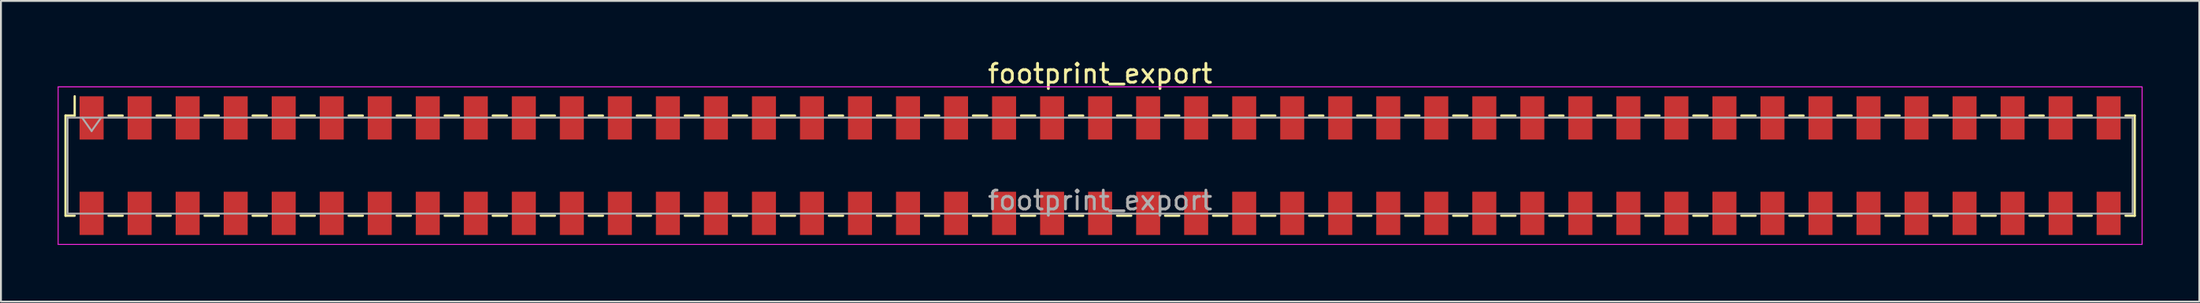
<source format=kicad_pcb>
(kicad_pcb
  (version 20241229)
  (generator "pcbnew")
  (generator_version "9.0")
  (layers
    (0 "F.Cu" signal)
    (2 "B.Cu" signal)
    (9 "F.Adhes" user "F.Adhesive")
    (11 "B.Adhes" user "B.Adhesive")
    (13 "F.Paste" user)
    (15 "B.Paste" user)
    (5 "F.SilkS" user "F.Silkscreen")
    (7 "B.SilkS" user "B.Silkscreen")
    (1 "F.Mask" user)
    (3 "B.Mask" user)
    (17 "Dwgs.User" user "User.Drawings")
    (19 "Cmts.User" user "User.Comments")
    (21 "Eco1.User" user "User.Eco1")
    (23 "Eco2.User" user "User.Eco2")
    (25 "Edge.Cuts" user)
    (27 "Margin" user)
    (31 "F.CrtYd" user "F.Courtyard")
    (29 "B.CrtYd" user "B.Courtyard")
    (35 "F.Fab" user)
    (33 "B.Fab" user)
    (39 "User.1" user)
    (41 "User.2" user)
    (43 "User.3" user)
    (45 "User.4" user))
  (footprint "footprint_export"
    (layer "F.Cu")
    (at 55.135 5.718)
    (property "Reference" "footprint_export" (at 0 -4.87 0) (layer "F.SilkS") (effects (font (size 1 1) (thickness 0.15))))
    (attr smd)
    (fp_line (start -54.72 -2.65) (end -54.72 2.65) (stroke (width 0.12) (type solid)) (layer "F.SilkS"))
    (fp_line (start -54.72 2.65) (end -54.235 2.65) (stroke (width 0.12) (type solid)) (layer "F.SilkS"))
    (fp_line (start -54.235 -3.67) (end -54.235 -2.65) (stroke (width 0.12) (type solid)) (layer "F.SilkS"))
    (fp_line (start -54.235 -2.65) (end -54.72 -2.65) (stroke (width 0.12) (type solid)) (layer "F.SilkS"))
    (fp_line (start -52.445 -2.65) (end -51.695 -2.65) (stroke (width 0.12) (type solid)) (layer "F.SilkS"))
    (fp_line (start -52.445 2.65) (end -51.695 2.65) (stroke (width 0.12) (type solid)) (layer "F.SilkS"))
    (fp_line (start -49.905 -2.65) (end -49.155 -2.65) (stroke (width 0.12) (type solid)) (layer "F.SilkS"))
    (fp_line (start -49.905 2.65) (end -49.155 2.65) (stroke (width 0.12) (type solid)) (layer "F.SilkS"))
    (fp_line (start -47.365 -2.65) (end -46.615 -2.65) (stroke (width 0.12) (type solid)) (layer "F.SilkS"))
    (fp_line (start -47.365 2.65) (end -46.615 2.65) (stroke (width 0.12) (type solid)) (layer "F.SilkS"))
    (fp_line (start -44.825 -2.65) (end -44.075 -2.65) (stroke (width 0.12) (type solid)) (layer "F.SilkS"))
    (fp_line (start -44.825 2.65) (end -44.075 2.65) (stroke (width 0.12) (type solid)) (layer "F.SilkS"))
    (fp_line (start -42.285 -2.65) (end -41.535 -2.65) (stroke (width 0.12) (type solid)) (layer "F.SilkS"))
    (fp_line (start -42.285 2.65) (end -41.535 2.65) (stroke (width 0.12) (type solid)) (layer "F.SilkS"))
    (fp_line (start -39.745 -2.65) (end -38.995 -2.65) (stroke (width 0.12) (type solid)) (layer "F.SilkS"))
    (fp_line (start -39.745 2.65) (end -38.995 2.65) (stroke (width 0.12) (type solid)) (layer "F.SilkS"))
    (fp_line (start -37.205 -2.65) (end -36.455 -2.65) (stroke (width 0.12) (type solid)) (layer "F.SilkS"))
    (fp_line (start -37.205 2.65) (end -36.455 2.65) (stroke (width 0.12) (type solid)) (layer "F.SilkS"))
    (fp_line (start -34.665 -2.65) (end -33.915 -2.65) (stroke (width 0.12) (type solid)) (layer "F.SilkS"))
    (fp_line (start -34.665 2.65) (end -33.915 2.65) (stroke (width 0.12) (type solid)) (layer "F.SilkS"))
    (fp_line (start -32.125 -2.65) (end -31.375 -2.65) (stroke (width 0.12) (type solid)) (layer "F.SilkS"))
    (fp_line (start -32.125 2.65) (end -31.375 2.65) (stroke (width 0.12) (type solid)) (layer "F.SilkS"))
    (fp_line (start -29.585 -2.65) (end -28.835 -2.65) (stroke (width 0.12) (type solid)) (layer "F.SilkS"))
    (fp_line (start -29.585 2.65) (end -28.835 2.65) (stroke (width 0.12) (type solid)) (layer "F.SilkS"))
    (fp_line (start -27.045 -2.65) (end -26.295 -2.65) (stroke (width 0.12) (type solid)) (layer "F.SilkS"))
    (fp_line (start -27.045 2.65) (end -26.295 2.65) (stroke (width 0.12) (type solid)) (layer "F.SilkS"))
    (fp_line (start -24.505 -2.65) (end -23.755 -2.65) (stroke (width 0.12) (type solid)) (layer "F.SilkS"))
    (fp_line (start -24.505 2.65) (end -23.755 2.65) (stroke (width 0.12) (type solid)) (layer "F.SilkS"))
    (fp_line (start -21.965 -2.65) (end -21.215 -2.65) (stroke (width 0.12) (type solid)) (layer "F.SilkS"))
    (fp_line (start -21.965 2.65) (end -21.215 2.65) (stroke (width 0.12) (type solid)) (layer "F.SilkS"))
    (fp_line (start -19.425 -2.65) (end -18.675 -2.65) (stroke (width 0.12) (type solid)) (layer "F.SilkS"))
    (fp_line (start -19.425 2.65) (end -18.675 2.65) (stroke (width 0.12) (type solid)) (layer "F.SilkS"))
    (fp_line (start -16.885 -2.65) (end -16.135 -2.65) (stroke (width 0.12) (type solid)) (layer "F.SilkS"))
    (fp_line (start -16.885 2.65) (end -16.135 2.65) (stroke (width 0.12) (type solid)) (layer "F.SilkS"))
    (fp_line (start -14.345 -2.65) (end -13.595 -2.65) (stroke (width 0.12) (type solid)) (layer "F.SilkS"))
    (fp_line (start -14.345 2.65) (end -13.595 2.65) (stroke (width 0.12) (type solid)) (layer "F.SilkS"))
    (fp_line (start -11.805 -2.65) (end -11.055 -2.65) (stroke (width 0.12) (type solid)) (layer "F.SilkS"))
    (fp_line (start -11.805 2.65) (end -11.055 2.65) (stroke (width 0.12) (type solid)) (layer "F.SilkS"))
    (fp_line (start -9.265 -2.65) (end -8.515 -2.65) (stroke (width 0.12) (type solid)) (layer "F.SilkS"))
    (fp_line (start -9.265 2.65) (end -8.515 2.65) (stroke (width 0.12) (type solid)) (layer "F.SilkS"))
    (fp_line (start -6.725 -2.65) (end -5.975 -2.65) (stroke (width 0.12) (type solid)) (layer "F.SilkS"))
    (fp_line (start -6.725 2.65) (end -5.975 2.65) (stroke (width 0.12) (type solid)) (layer "F.SilkS"))
    (fp_line (start -4.185 -2.65) (end -3.435 -2.65) (stroke (width 0.12) (type solid)) (layer "F.SilkS"))
    (fp_line (start -4.185 2.65) (end -3.435 2.65) (stroke (width 0.12) (type solid)) (layer "F.SilkS"))
    (fp_line (start -1.645 -2.65) (end -0.895 -2.65) (stroke (width 0.12) (type solid)) (layer "F.SilkS"))
    (fp_line (start -1.645 2.65) (end -0.895 2.65) (stroke (width 0.12) (type solid)) (layer "F.SilkS"))
    (fp_line (start 0.895 -2.65) (end 1.645 -2.65) (stroke (width 0.12) (type solid)) (layer "F.SilkS"))
    (fp_line (start 0.895 2.65) (end 1.645 2.65) (stroke (width 0.12) (type solid)) (layer "F.SilkS"))
    (fp_line (start 3.435 -2.65) (end 4.185 -2.65) (stroke (width 0.12) (type solid)) (layer "F.SilkS"))
    (fp_line (start 3.435 2.65) (end 4.185 2.65) (stroke (width 0.12) (type solid)) (layer "F.SilkS"))
    (fp_line (start 5.975 -2.65) (end 6.725 -2.65) (stroke (width 0.12) (type solid)) (layer "F.SilkS"))
    (fp_line (start 5.975 2.65) (end 6.725 2.65) (stroke (width 0.12) (type solid)) (layer "F.SilkS"))
    (fp_line (start 8.515 -2.65) (end 9.265 -2.65) (stroke (width 0.12) (type solid)) (layer "F.SilkS"))
    (fp_line (start 8.515 2.65) (end 9.265 2.65) (stroke (width 0.12) (type solid)) (layer "F.SilkS"))
    (fp_line (start 11.055 -2.65) (end 11.805 -2.65) (stroke (width 0.12) (type solid)) (layer "F.SilkS"))
    (fp_line (start 11.055 2.65) (end 11.805 2.65) (stroke (width 0.12) (type solid)) (layer "F.SilkS"))
    (fp_line (start 13.595 -2.65) (end 14.345 -2.65) (stroke (width 0.12) (type solid)) (layer "F.SilkS"))
    (fp_line (start 13.595 2.65) (end 14.345 2.65) (stroke (width 0.12) (type solid)) (layer "F.SilkS"))
    (fp_line (start 16.135 -2.65) (end 16.885 -2.65) (stroke (width 0.12) (type solid)) (layer "F.SilkS"))
    (fp_line (start 16.135 2.65) (end 16.885 2.65) (stroke (width 0.12) (type solid)) (layer "F.SilkS"))
    (fp_line (start 18.675 -2.65) (end 19.425 -2.65) (stroke (width 0.12) (type solid)) (layer "F.SilkS"))
    (fp_line (start 18.675 2.65) (end 19.425 2.65) (stroke (width 0.12) (type solid)) (layer "F.SilkS"))
    (fp_line (start 21.215 -2.65) (end 21.965 -2.65) (stroke (width 0.12) (type solid)) (layer "F.SilkS"))
    (fp_line (start 21.215 2.65) (end 21.965 2.65) (stroke (width 0.12) (type solid)) (layer "F.SilkS"))
    (fp_line (start 23.755 -2.65) (end 24.505 -2.65) (stroke (width 0.12) (type solid)) (layer "F.SilkS"))
    (fp_line (start 23.755 2.65) (end 24.505 2.65) (stroke (width 0.12) (type solid)) (layer "F.SilkS"))
    (fp_line (start 26.295 -2.65) (end 27.045 -2.65) (stroke (width 0.12) (type solid)) (layer "F.SilkS"))
    (fp_line (start 26.295 2.65) (end 27.045 2.65) (stroke (width 0.12) (type solid)) (layer "F.SilkS"))
    (fp_line (start 28.835 -2.65) (end 29.585 -2.65) (stroke (width 0.12) (type solid)) (layer "F.SilkS"))
    (fp_line (start 28.835 2.65) (end 29.585 2.65) (stroke (width 0.12) (type solid)) (layer "F.SilkS"))
    (fp_line (start 31.375 -2.65) (end 32.125 -2.65) (stroke (width 0.12) (type solid)) (layer "F.SilkS"))
    (fp_line (start 31.375 2.65) (end 32.125 2.65) (stroke (width 0.12) (type solid)) (layer "F.SilkS"))
    (fp_line (start 33.915 -2.65) (end 34.665 -2.65) (stroke (width 0.12) (type solid)) (layer "F.SilkS"))
    (fp_line (start 33.915 2.65) (end 34.665 2.65) (stroke (width 0.12) (type solid)) (layer "F.SilkS"))
    (fp_line (start 36.455 -2.65) (end 37.205 -2.65) (stroke (width 0.12) (type solid)) (layer "F.SilkS"))
    (fp_line (start 36.455 2.65) (end 37.205 2.65) (stroke (width 0.12) (type solid)) (layer "F.SilkS"))
    (fp_line (start 38.995 -2.65) (end 39.745 -2.65) (stroke (width 0.12) (type solid)) (layer "F.SilkS"))
    (fp_line (start 38.995 2.65) (end 39.745 2.65) (stroke (width 0.12) (type solid)) (layer "F.SilkS"))
    (fp_line (start 41.535 -2.65) (end 42.285 -2.65) (stroke (width 0.12) (type solid)) (layer "F.SilkS"))
    (fp_line (start 41.535 2.65) (end 42.285 2.65) (stroke (width 0.12) (type solid)) (layer "F.SilkS"))
    (fp_line (start 44.075 -2.65) (end 44.825 -2.65) (stroke (width 0.12) (type solid)) (layer "F.SilkS"))
    (fp_line (start 44.075 2.65) (end 44.825 2.65) (stroke (width 0.12) (type solid)) (layer "F.SilkS"))
    (fp_line (start 46.615 -2.65) (end 47.365 -2.65) (stroke (width 0.12) (type solid)) (layer "F.SilkS"))
    (fp_line (start 46.615 2.65) (end 47.365 2.65) (stroke (width 0.12) (type solid)) (layer "F.SilkS"))
    (fp_line (start 49.155 -2.65) (end 49.905 -2.65) (stroke (width 0.12) (type solid)) (layer "F.SilkS"))
    (fp_line (start 49.155 2.65) (end 49.905 2.65) (stroke (width 0.12) (type solid)) (layer "F.SilkS"))
    (fp_line (start 51.695 -2.65) (end 52.445 -2.65) (stroke (width 0.12) (type solid)) (layer "F.SilkS"))
    (fp_line (start 51.695 2.65) (end 52.445 2.65) (stroke (width 0.12) (type solid)) (layer "F.SilkS"))
    (fp_line (start 54.235 -2.65) (end 54.72 -2.65) (stroke (width 0.12) (type solid)) (layer "F.SilkS"))
    (fp_line (start 54.72 -2.65) (end 54.72 2.65) (stroke (width 0.12) (type solid)) (layer "F.SilkS"))
    (fp_line (start 54.72 2.65) (end 54.235 2.65) (stroke (width 0.12) (type solid)) (layer "F.SilkS"))
    (fp_line (start -55.11 -4.17) (end 55.11 -4.17) (stroke (width 0.05) (type solid)) (layer "F.CrtYd"))
    (fp_line (start -55.11 4.17) (end -55.11 -4.17) (stroke (width 0.05) (type solid)) (layer "F.CrtYd"))
    (fp_line (start 55.11 -4.17) (end 55.11 4.17) (stroke (width 0.05) (type solid)) (layer "F.CrtYd"))
    (fp_line (start 55.11 4.17) (end -55.11 4.17) (stroke (width 0.05) (type solid)) (layer "F.CrtYd"))
    (fp_line (start -54.61 -2.54) (end 54.61 -2.54) (stroke (width 0.1) (type solid)) (layer "F.Fab"))
    (fp_line (start -54.61 2.54) (end -54.61 -2.54) (stroke (width 0.1) (type solid)) (layer "F.Fab"))
    (fp_line (start -53.84 -2.54) (end -53.34 -1.833) (stroke (width 0.1) (type solid)) (layer "F.Fab"))
    (fp_line (start -53.34 -1.833) (end -52.84 -2.54) (stroke (width 0.1) (type solid)) (layer "F.Fab"))
    (fp_line (start 54.61 -2.54) (end 54.61 2.54) (stroke (width 0.1) (type solid)) (layer "F.Fab"))
    (fp_line (start 54.61 2.54) (end -54.61 2.54) (stroke (width 0.1) (type solid)) (layer "F.Fab"))
    (fp_text user "${REFERENCE}" (at 0 1.84 0) (layer "F.Fab") (effects (font (size 1 1) (thickness 0.15))))
    (pad "1" smd rect (at -53.34 -2.525) (size 1.27 2.29) (layers "F.Cu" "F.Mask" "F.Paste"))
    (pad "2" smd rect (at -53.34 2.525) (size 1.27 2.29) (layers "F.Cu" "F.Mask" "F.Paste"))
    (pad "3" smd rect (at -50.8 -2.525) (size 1.27 2.29) (layers "F.Cu" "F.Mask" "F.Paste"))
    (pad "4" smd rect (at -50.8 2.525) (size 1.27 2.29) (layers "F.Cu" "F.Mask" "F.Paste"))
    (pad "5" smd rect (at -48.26 -2.525) (size 1.27 2.29) (layers "F.Cu" "F.Mask" "F.Paste"))
    (pad "6" smd rect (at -48.26 2.525) (size 1.27 2.29) (layers "F.Cu" "F.Mask" "F.Paste"))
    (pad "7" smd rect (at -45.72 -2.525) (size 1.27 2.29) (layers "F.Cu" "F.Mask" "F.Paste"))
    (pad "8" smd rect (at -45.72 2.525) (size 1.27 2.29) (layers "F.Cu" "F.Mask" "F.Paste"))
    (pad "9" smd rect (at -43.18 -2.525) (size 1.27 2.29) (layers "F.Cu" "F.Mask" "F.Paste"))
    (pad "10" smd rect (at -43.18 2.525) (size 1.27 2.29) (layers "F.Cu" "F.Mask" "F.Paste"))
    (pad "11" smd rect (at -40.64 -2.525) (size 1.27 2.29) (layers "F.Cu" "F.Mask" "F.Paste"))
    (pad "12" smd rect (at -40.64 2.525) (size 1.27 2.29) (layers "F.Cu" "F.Mask" "F.Paste"))
    (pad "13" smd rect (at -38.1 -2.525) (size 1.27 2.29) (layers "F.Cu" "F.Mask" "F.Paste"))
    (pad "14" smd rect (at -38.1 2.525) (size 1.27 2.29) (layers "F.Cu" "F.Mask" "F.Paste"))
    (pad "15" smd rect (at -35.56 -2.525) (size 1.27 2.29) (layers "F.Cu" "F.Mask" "F.Paste"))
    (pad "16" smd rect (at -35.56 2.525) (size 1.27 2.29) (layers "F.Cu" "F.Mask" "F.Paste"))
    (pad "17" smd rect (at -33.02 -2.525) (size 1.27 2.29) (layers "F.Cu" "F.Mask" "F.Paste"))
    (pad "18" smd rect (at -33.02 2.525) (size 1.27 2.29) (layers "F.Cu" "F.Mask" "F.Paste"))
    (pad "19" smd rect (at -30.48 -2.525) (size 1.27 2.29) (layers "F.Cu" "F.Mask" "F.Paste"))
    (pad "20" smd rect (at -30.48 2.525) (size 1.27 2.29) (layers "F.Cu" "F.Mask" "F.Paste"))
    (pad "21" smd rect (at -27.94 -2.525) (size 1.27 2.29) (layers "F.Cu" "F.Mask" "F.Paste"))
    (pad "22" smd rect (at -27.94 2.525) (size 1.27 2.29) (layers "F.Cu" "F.Mask" "F.Paste"))
    (pad "23" smd rect (at -25.4 -2.525) (size 1.27 2.29) (layers "F.Cu" "F.Mask" "F.Paste"))
    (pad "24" smd rect (at -25.4 2.525) (size 1.27 2.29) (layers "F.Cu" "F.Mask" "F.Paste"))
    (pad "25" smd rect (at -22.86 -2.525) (size 1.27 2.29) (layers "F.Cu" "F.Mask" "F.Paste"))
    (pad "26" smd rect (at -22.86 2.525) (size 1.27 2.29) (layers "F.Cu" "F.Mask" "F.Paste"))
    (pad "27" smd rect (at -20.32 -2.525) (size 1.27 2.29) (layers "F.Cu" "F.Mask" "F.Paste"))
    (pad "28" smd rect (at -20.32 2.525) (size 1.27 2.29) (layers "F.Cu" "F.Mask" "F.Paste"))
    (pad "29" smd rect (at -17.78 -2.525) (size 1.27 2.29) (layers "F.Cu" "F.Mask" "F.Paste"))
    (pad "30" smd rect (at -17.78 2.525) (size 1.27 2.29) (layers "F.Cu" "F.Mask" "F.Paste"))
    (pad "31" smd rect (at -15.24 -2.525) (size 1.27 2.29) (layers "F.Cu" "F.Mask" "F.Paste"))
    (pad "32" smd rect (at -15.24 2.525) (size 1.27 2.29) (layers "F.Cu" "F.Mask" "F.Paste"))
    (pad "33" smd rect (at -12.7 -2.525) (size 1.27 2.29) (layers "F.Cu" "F.Mask" "F.Paste"))
    (pad "34" smd rect (at -12.7 2.525) (size 1.27 2.29) (layers "F.Cu" "F.Mask" "F.Paste"))
    (pad "35" smd rect (at -10.16 -2.525) (size 1.27 2.29) (layers "F.Cu" "F.Mask" "F.Paste"))
    (pad "36" smd rect (at -10.16 2.525) (size 1.27 2.29) (layers "F.Cu" "F.Mask" "F.Paste"))
    (pad "37" smd rect (at -7.62 -2.525) (size 1.27 2.29) (layers "F.Cu" "F.Mask" "F.Paste"))
    (pad "38" smd rect (at -7.62 2.525) (size 1.27 2.29) (layers "F.Cu" "F.Mask" "F.Paste"))
    (pad "39" smd rect (at -5.08 -2.525) (size 1.27 2.29) (layers "F.Cu" "F.Mask" "F.Paste"))
    (pad "40" smd rect (at -5.08 2.525) (size 1.27 2.29) (layers "F.Cu" "F.Mask" "F.Paste"))
    (pad "41" smd rect (at -2.54 -2.525) (size 1.27 2.29) (layers "F.Cu" "F.Mask" "F.Paste"))
    (pad "42" smd rect (at -2.54 2.525) (size 1.27 2.29) (layers "F.Cu" "F.Mask" "F.Paste"))
    (pad "43" smd rect (at 0 -2.525) (size 1.27 2.29) (layers "F.Cu" "F.Mask" "F.Paste"))
    (pad "44" smd rect (at 0 2.525) (size 1.27 2.29) (layers "F.Cu" "F.Mask" "F.Paste"))
    (pad "45" smd rect (at 2.54 -2.525) (size 1.27 2.29) (layers "F.Cu" "F.Mask" "F.Paste"))
    (pad "46" smd rect (at 2.54 2.525) (size 1.27 2.29) (layers "F.Cu" "F.Mask" "F.Paste"))
    (pad "47" smd rect (at 5.08 -2.525) (size 1.27 2.29) (layers "F.Cu" "F.Mask" "F.Paste"))
    (pad "48" smd rect (at 5.08 2.525) (size 1.27 2.29) (layers "F.Cu" "F.Mask" "F.Paste"))
    (pad "49" smd rect (at 7.62 -2.525) (size 1.27 2.29) (layers "F.Cu" "F.Mask" "F.Paste"))
    (pad "50" smd rect (at 7.62 2.525) (size 1.27 2.29) (layers "F.Cu" "F.Mask" "F.Paste"))
    (pad "51" smd rect (at 10.16 -2.525) (size 1.27 2.29) (layers "F.Cu" "F.Mask" "F.Paste"))
    (pad "52" smd rect (at 10.16 2.525) (size 1.27 2.29) (layers "F.Cu" "F.Mask" "F.Paste"))
    (pad "53" smd rect (at 12.7 -2.525) (size 1.27 2.29) (layers "F.Cu" "F.Mask" "F.Paste"))
    (pad "54" smd rect (at 12.7 2.525) (size 1.27 2.29) (layers "F.Cu" "F.Mask" "F.Paste"))
    (pad "55" smd rect (at 15.24 -2.525) (size 1.27 2.29) (layers "F.Cu" "F.Mask" "F.Paste"))
    (pad "56" smd rect (at 15.24 2.525) (size 1.27 2.29) (layers "F.Cu" "F.Mask" "F.Paste"))
    (pad "57" smd rect (at 17.78 -2.525) (size 1.27 2.29) (layers "F.Cu" "F.Mask" "F.Paste"))
    (pad "58" smd rect (at 17.78 2.525) (size 1.27 2.29) (layers "F.Cu" "F.Mask" "F.Paste"))
    (pad "59" smd rect (at 20.32 -2.525) (size 1.27 2.29) (layers "F.Cu" "F.Mask" "F.Paste"))
    (pad "60" smd rect (at 20.32 2.525) (size 1.27 2.29) (layers "F.Cu" "F.Mask" "F.Paste"))
    (pad "61" smd rect (at 22.86 -2.525) (size 1.27 2.29) (layers "F.Cu" "F.Mask" "F.Paste"))
    (pad "62" smd rect (at 22.86 2.525) (size 1.27 2.29) (layers "F.Cu" "F.Mask" "F.Paste"))
    (pad "63" smd rect (at 25.4 -2.525) (size 1.27 2.29) (layers "F.Cu" "F.Mask" "F.Paste"))
    (pad "64" smd rect (at 25.4 2.525) (size 1.27 2.29) (layers "F.Cu" "F.Mask" "F.Paste"))
    (pad "65" smd rect (at 27.94 -2.525) (size 1.27 2.29) (layers "F.Cu" "F.Mask" "F.Paste"))
    (pad "66" smd rect (at 27.94 2.525) (size 1.27 2.29) (layers "F.Cu" "F.Mask" "F.Paste"))
    (pad "67" smd rect (at 30.48 -2.525) (size 1.27 2.29) (layers "F.Cu" "F.Mask" "F.Paste"))
    (pad "68" smd rect (at 30.48 2.525) (size 1.27 2.29) (layers "F.Cu" "F.Mask" "F.Paste"))
    (pad "69" smd rect (at 33.02 -2.525) (size 1.27 2.29) (layers "F.Cu" "F.Mask" "F.Paste"))
    (pad "70" smd rect (at 33.02 2.525) (size 1.27 2.29) (layers "F.Cu" "F.Mask" "F.Paste"))
    (pad "71" smd rect (at 35.56 -2.525) (size 1.27 2.29) (layers "F.Cu" "F.Mask" "F.Paste"))
    (pad "72" smd rect (at 35.56 2.525) (size 1.27 2.29) (layers "F.Cu" "F.Mask" "F.Paste"))
    (pad "73" smd rect (at 38.1 -2.525) (size 1.27 2.29) (layers "F.Cu" "F.Mask" "F.Paste"))
    (pad "74" smd rect (at 38.1 2.525) (size 1.27 2.29) (layers "F.Cu" "F.Mask" "F.Paste"))
    (pad "75" smd rect (at 40.64 -2.525) (size 1.27 2.29) (layers "F.Cu" "F.Mask" "F.Paste"))
    (pad "76" smd rect (at 40.64 2.525) (size 1.27 2.29) (layers "F.Cu" "F.Mask" "F.Paste"))
    (pad "77" smd rect (at 43.18 -2.525) (size 1.27 2.29) (layers "F.Cu" "F.Mask" "F.Paste"))
    (pad "78" smd rect (at 43.18 2.525) (size 1.27 2.29) (layers "F.Cu" "F.Mask" "F.Paste"))
    (pad "79" smd rect (at 45.72 -2.525) (size 1.27 2.29) (layers "F.Cu" "F.Mask" "F.Paste"))
    (pad "80" smd rect (at 45.72 2.525) (size 1.27 2.29) (layers "F.Cu" "F.Mask" "F.Paste"))
    (pad "81" smd rect (at 48.26 -2.525) (size 1.27 2.29) (layers "F.Cu" "F.Mask" "F.Paste"))
    (pad "82" smd rect (at 48.26 2.525) (size 1.27 2.29) (layers "F.Cu" "F.Mask" "F.Paste"))
    (pad "83" smd rect (at 50.8 -2.525) (size 1.27 2.29) (layers "F.Cu" "F.Mask" "F.Paste"))
    (pad "84" smd rect (at 50.8 2.525) (size 1.27 2.29) (layers "F.Cu" "F.Mask" "F.Paste"))
    (pad "85" smd rect (at 53.34 -2.525) (size 1.27 2.29) (layers "F.Cu" "F.Mask" "F.Paste"))
    (pad "86" smd rect (at 53.34 2.525) (size 1.27 2.29) (layers "F.Cu" "F.Mask" "F.Paste")))
  (gr_rect
    (start -3 -3)
    (end 113.27 12.913)
    (stroke (width 0.1) (type default))
    (fill no)
    (layer "Edge.Cuts")))
</source>
